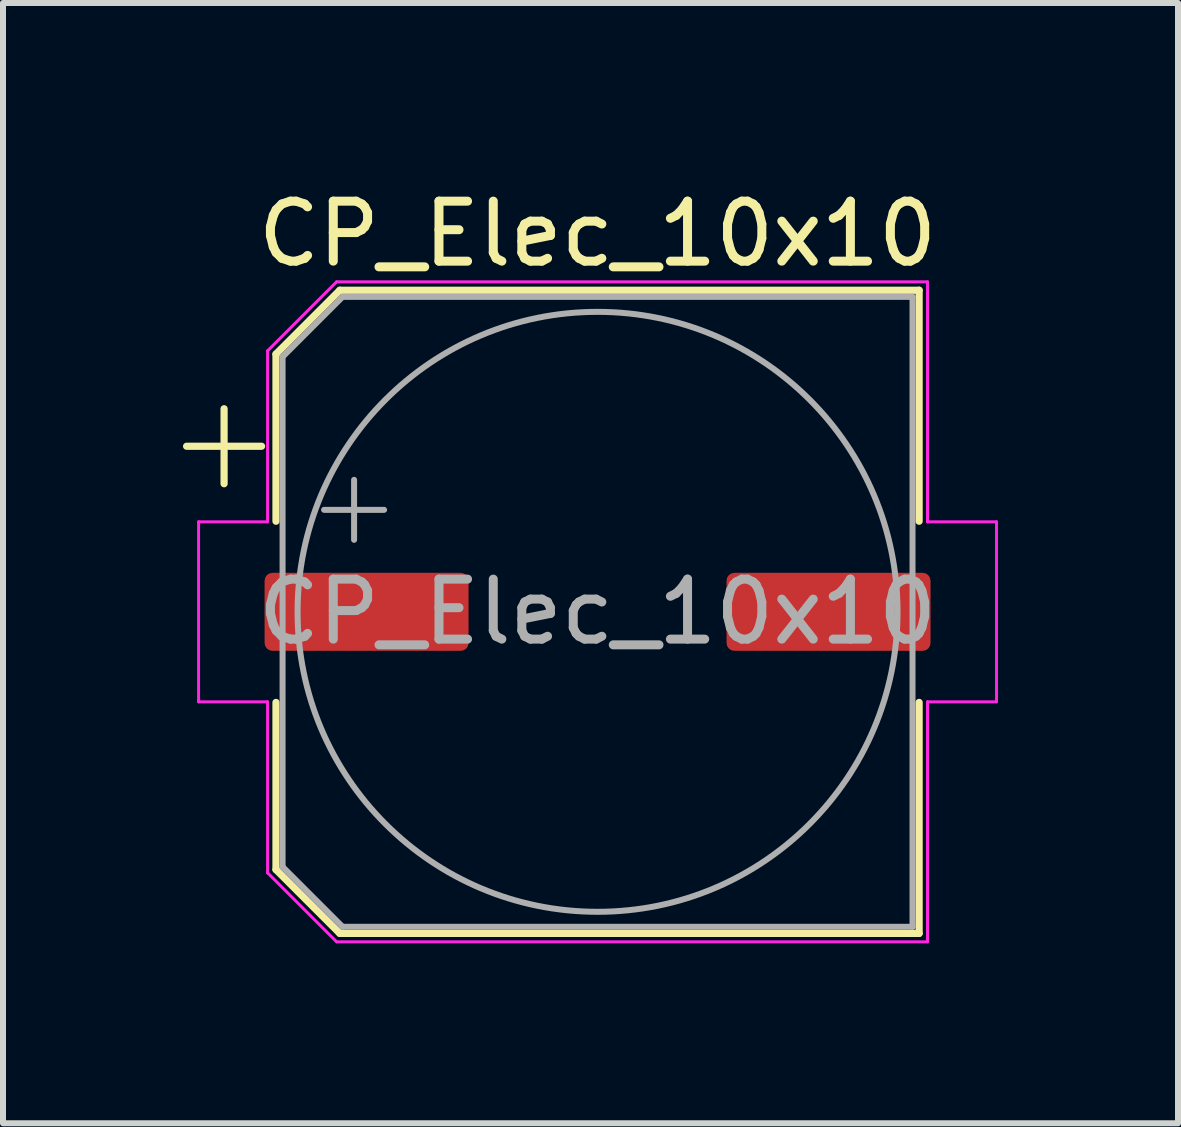
<source format=kicad_pcb>
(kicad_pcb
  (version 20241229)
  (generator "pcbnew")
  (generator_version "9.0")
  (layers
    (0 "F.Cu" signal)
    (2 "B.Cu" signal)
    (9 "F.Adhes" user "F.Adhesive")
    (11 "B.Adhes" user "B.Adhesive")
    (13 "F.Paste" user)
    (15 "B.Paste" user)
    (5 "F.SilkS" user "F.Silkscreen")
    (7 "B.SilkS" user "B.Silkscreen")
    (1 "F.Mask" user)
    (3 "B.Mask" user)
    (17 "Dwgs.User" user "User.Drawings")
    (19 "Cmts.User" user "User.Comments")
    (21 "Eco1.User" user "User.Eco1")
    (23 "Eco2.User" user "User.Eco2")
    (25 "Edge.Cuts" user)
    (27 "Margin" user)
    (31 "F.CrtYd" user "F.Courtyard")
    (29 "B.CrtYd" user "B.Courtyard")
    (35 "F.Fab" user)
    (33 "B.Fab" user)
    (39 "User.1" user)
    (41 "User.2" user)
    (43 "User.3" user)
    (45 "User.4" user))
  (footprint "CP_Elec_10x10"
    (layer "F.Cu")
    (at 6.91 7.148)
    (property "Reference" "CP_Elec_10x10" (at 0 -6.3 0) (layer "F.SilkS") (effects (font (size 1 1) (thickness 0.15))))
    (attr smd)
    (fp_line (start -6.85 -2.76) (end -5.6 -2.76) (stroke (width 0.12) (type solid)) (layer "F.SilkS"))
    (fp_line (start -6.225 -3.385) (end -6.225 -2.135) (stroke (width 0.12) (type solid)) (layer "F.SilkS"))
    (fp_line (start -5.36 -4.296) (end -5.36 -1.51) (stroke (width 0.12) (type solid)) (layer "F.SilkS"))
    (fp_line (start -5.36 -4.296) (end -4.296 -5.36) (stroke (width 0.12) (type solid)) (layer "F.SilkS"))
    (fp_line (start -5.36 4.296) (end -5.36 1.51) (stroke (width 0.12) (type solid)) (layer "F.SilkS"))
    (fp_line (start -5.36 4.296) (end -4.296 5.36) (stroke (width 0.12) (type solid)) (layer "F.SilkS"))
    (fp_line (start -4.296 -5.36) (end 5.36 -5.36) (stroke (width 0.12) (type solid)) (layer "F.SilkS"))
    (fp_line (start -4.296 5.36) (end 5.36 5.36) (stroke (width 0.12) (type solid)) (layer "F.SilkS"))
    (fp_line (start 5.36 -5.36) (end 5.36 -1.51) (stroke (width 0.12) (type solid)) (layer "F.SilkS"))
    (fp_line (start 5.36 5.36) (end 5.36 1.51) (stroke (width 0.12) (type solid)) (layer "F.SilkS"))
    (fp_line (start -6.65 -1.5) (end -6.65 1.5) (stroke (width 0.05) (type solid)) (layer "F.CrtYd"))
    (fp_line (start -6.65 1.5) (end -5.5 1.5) (stroke (width 0.05) (type solid)) (layer "F.CrtYd"))
    (fp_line (start -5.5 -4.35) (end -5.5 -1.5) (stroke (width 0.05) (type solid)) (layer "F.CrtYd"))
    (fp_line (start -5.5 -4.35) (end -4.35 -5.5) (stroke (width 0.05) (type solid)) (layer "F.CrtYd"))
    (fp_line (start -5.5 -1.5) (end -6.65 -1.5) (stroke (width 0.05) (type solid)) (layer "F.CrtYd"))
    (fp_line (start -5.5 1.5) (end -5.5 4.35) (stroke (width 0.05) (type solid)) (layer "F.CrtYd"))
    (fp_line (start -5.5 4.35) (end -4.35 5.5) (stroke (width 0.05) (type solid)) (layer "F.CrtYd"))
    (fp_line (start -4.35 -5.5) (end 5.5 -5.5) (stroke (width 0.05) (type solid)) (layer "F.CrtYd"))
    (fp_line (start -4.35 5.5) (end 5.5 5.5) (stroke (width 0.05) (type solid)) (layer "F.CrtYd"))
    (fp_line (start 5.5 -5.5) (end 5.5 -1.5) (stroke (width 0.05) (type solid)) (layer "F.CrtYd"))
    (fp_line (start 5.5 -1.5) (end 6.65 -1.5) (stroke (width 0.05) (type solid)) (layer "F.CrtYd"))
    (fp_line (start 5.5 1.5) (end 5.5 5.5) (stroke (width 0.05) (type solid)) (layer "F.CrtYd"))
    (fp_line (start 6.65 -1.5) (end 6.65 1.5) (stroke (width 0.05) (type solid)) (layer "F.CrtYd"))
    (fp_line (start 6.65 1.5) (end 5.5 1.5) (stroke (width 0.05) (type solid)) (layer "F.CrtYd"))
    (fp_line (start -5.25 -4.25) (end -5.25 4.25) (stroke (width 0.1) (type solid)) (layer "F.Fab"))
    (fp_line (start -5.25 -4.25) (end -4.25 -5.25) (stroke (width 0.1) (type solid)) (layer "F.Fab"))
    (fp_line (start -5.25 4.25) (end -4.25 5.25) (stroke (width 0.1) (type solid)) (layer "F.Fab"))
    (fp_line (start -4.558 -1.7) (end -3.558 -1.7) (stroke (width 0.1) (type solid)) (layer "F.Fab"))
    (fp_line (start -4.25 -5.25) (end 5.25 -5.25) (stroke (width 0.1) (type solid)) (layer "F.Fab"))
    (fp_line (start -4.25 5.25) (end 5.25 5.25) (stroke (width 0.1) (type solid)) (layer "F.Fab"))
    (fp_line (start -4.058 -2.2) (end -4.058 -1.2) (stroke (width 0.1) (type solid)) (layer "F.Fab"))
    (fp_line (start 5.25 -5.25) (end 5.25 5.25) (stroke (width 0.1) (type solid)) (layer "F.Fab"))
    (fp_circle (center 0 0) (end 5 0) (stroke (width 0.1) (type solid)) (fill no) (layer "F.Fab"))
    (fp_text user "${REFERENCE}" (at 0 0 0) (layer "F.Fab") (effects (font (size 1 1) (thickness 0.15))))
    (pad "1" smd roundrect (at -3.85 0) (size 3.4 1.3) (layers "F.Cu" "F.Mask" "F.Paste") (roundrect_rratio 0.1))
    (pad "2" smd roundrect (at 3.85 0) (size 3.4 1.3) (layers "F.Cu" "F.Mask" "F.Paste") (roundrect_rratio 0.1)))
  (gr_rect
    (start -3 -3)
    (end 16.585 15.673)
    (stroke (width 0.1) (type default))
    (fill no)
    (layer "Edge.Cuts")))
</source>
